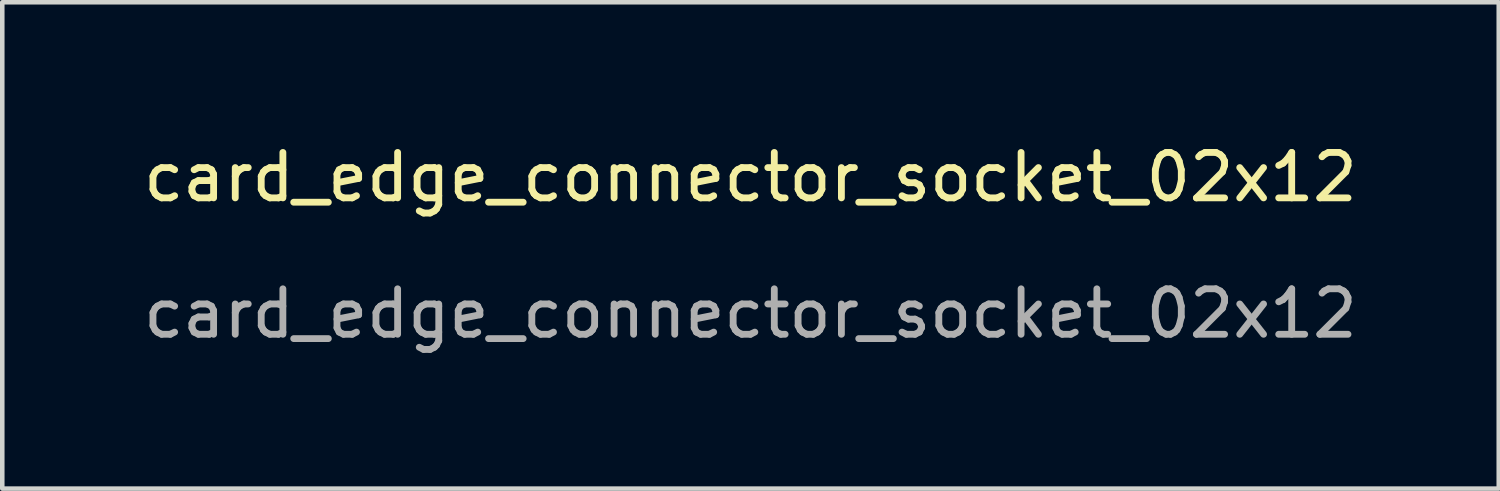
<source format=kicad_pcb>
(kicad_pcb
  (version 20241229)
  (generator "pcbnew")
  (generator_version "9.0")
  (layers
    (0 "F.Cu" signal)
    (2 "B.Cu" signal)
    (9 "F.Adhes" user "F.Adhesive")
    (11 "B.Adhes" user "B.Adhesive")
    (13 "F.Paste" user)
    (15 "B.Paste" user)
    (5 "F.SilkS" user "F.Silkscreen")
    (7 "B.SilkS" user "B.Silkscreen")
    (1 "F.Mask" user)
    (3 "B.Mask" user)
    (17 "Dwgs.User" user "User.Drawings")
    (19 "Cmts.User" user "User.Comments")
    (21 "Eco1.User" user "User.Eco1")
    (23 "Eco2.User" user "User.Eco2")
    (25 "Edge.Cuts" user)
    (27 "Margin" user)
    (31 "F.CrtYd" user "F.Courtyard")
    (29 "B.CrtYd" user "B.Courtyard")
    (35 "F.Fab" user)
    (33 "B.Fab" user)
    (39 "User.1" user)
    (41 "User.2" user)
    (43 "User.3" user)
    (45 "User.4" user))
  (footprint "card_edge_connector_socket_02x12"
    (layer "F.Cu")
    (at 13.458 1.348)
    (property "Reference" "card_edge_connector_socket_02x12" (at 0 -0.5 0) (unlocked yes) (layer "F.SilkS") (effects (font (size 1 1) (thickness 0.15))))
    (attr through_hole)
    (fp_text user "${REFERENCE}" (at 0 2.5 0) (unlocked yes) (layer "F.Fab") (effects (font (size 1 1) (thickness 0.15)))))
  (gr_rect
    (start -3 -3)
    (end 29.917 7.697)
    (stroke (width 0.1) (type default))
    (fill no)
    (layer "Edge.Cuts")))
</source>
